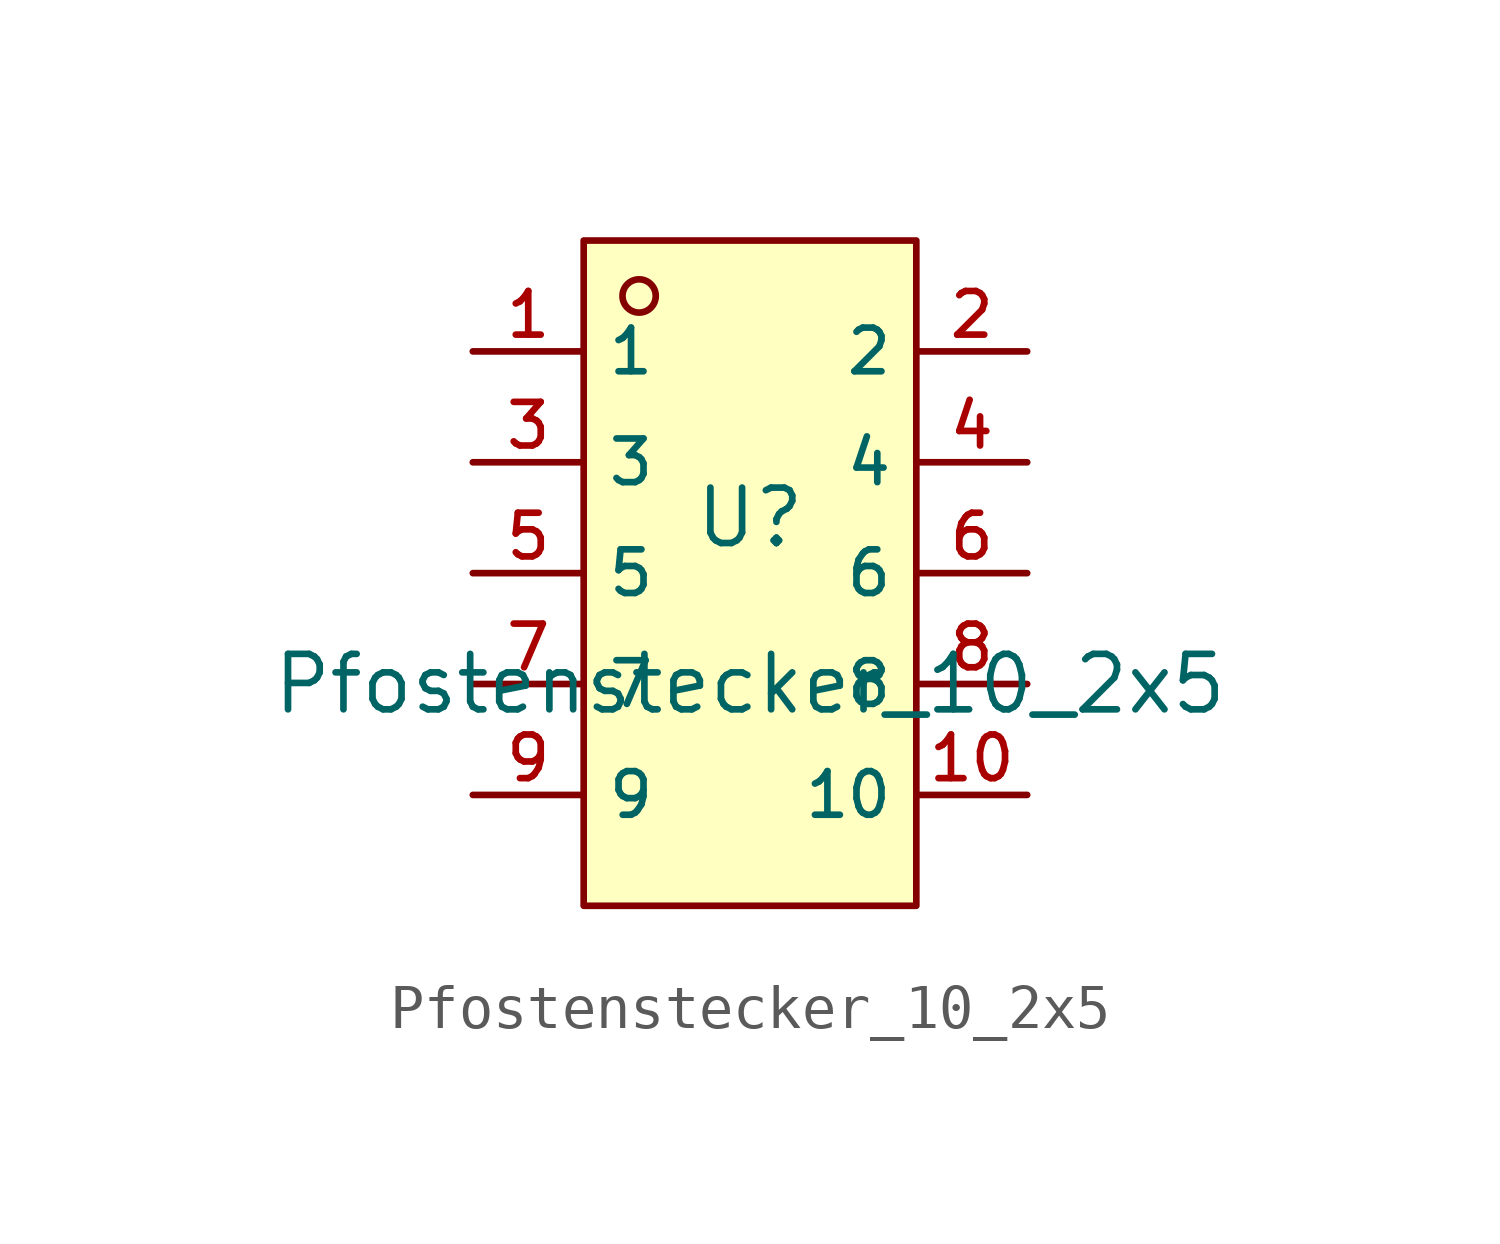
<source format=kicad_sym>
(kicad_symbol_lib
  (version 20231120)
  (generator "kicad_symbol_editor")
  (generator_version "8.0")
  (symbol "Pfostenstecker_10_2x5"
    (property "Reference" "U"
      (at 0 1.27 0)
      (effects (font (size 1.27 1.27))))
    (property "Value" "Pfostenstecker_10_2x5"
      (at 0 -2.54 0)
      (effects (font (size 1.27 1.27))))
    (symbol "Pfostenstecker_10_2x5_0_1"
      (rectangle (start -3.81 7.62) (end 3.81 -7.62) (stroke (width 0) (type default)) (fill (type background)))
      (circle (center -2.54 6.35) (radius 0.381) (stroke (width 0) (type default)) (fill (type background)))
      (pin unspecified line (at -6.35 5.08 0) (length 2.54) (name "1" (effects (font (size 1 1)))) (number "1" (effects (font (size 1 1)))))
      (pin unspecified line (at 6.35 -5.08 180) (length 2.54) (name "10" (effects (font (size 1 1)))) (number "10" (effects (font (size 1 1)))))
      (pin unspecified line (at 6.35 5.08 180) (length 2.54) (name "2" (effects (font (size 1 1)))) (number "2" (effects (font (size 1 1)))))
      (pin unspecified line (at -6.35 2.54 0) (length 2.54) (name "3" (effects (font (size 1 1)))) (number "3" (effects (font (size 1 1)))))
      (pin unspecified line (at 6.35 2.54 180) (length 2.54) (name "4" (effects (font (size 1 1)))) (number "4" (effects (font (size 1 1)))))
      (pin unspecified line (at -6.35 0 0) (length 2.54) (name "5" (effects (font (size 1 1)))) (number "5" (effects (font (size 1 1)))))
      (pin unspecified line (at 6.35 0 180) (length 2.54) (name "6" (effects (font (size 1 1)))) (number "6" (effects (font (size 1 1)))))
      (pin unspecified line (at -6.35 -2.54 0) (length 2.54) (name "7" (effects (font (size 1 1)))) (number "7" (effects (font (size 1 1)))))
      (pin unspecified line (at 6.35 -2.54 180) (length 2.54) (name "8" (effects (font (size 1 1)))) (number "8" (effects (font (size 1 1)))))
      (pin unspecified line (at -6.35 -5.08 0) (length 2.54) (name "9" (effects (font (size 1 1)))) (number "9" (effects (font (size 1 1))))))))
</source>
